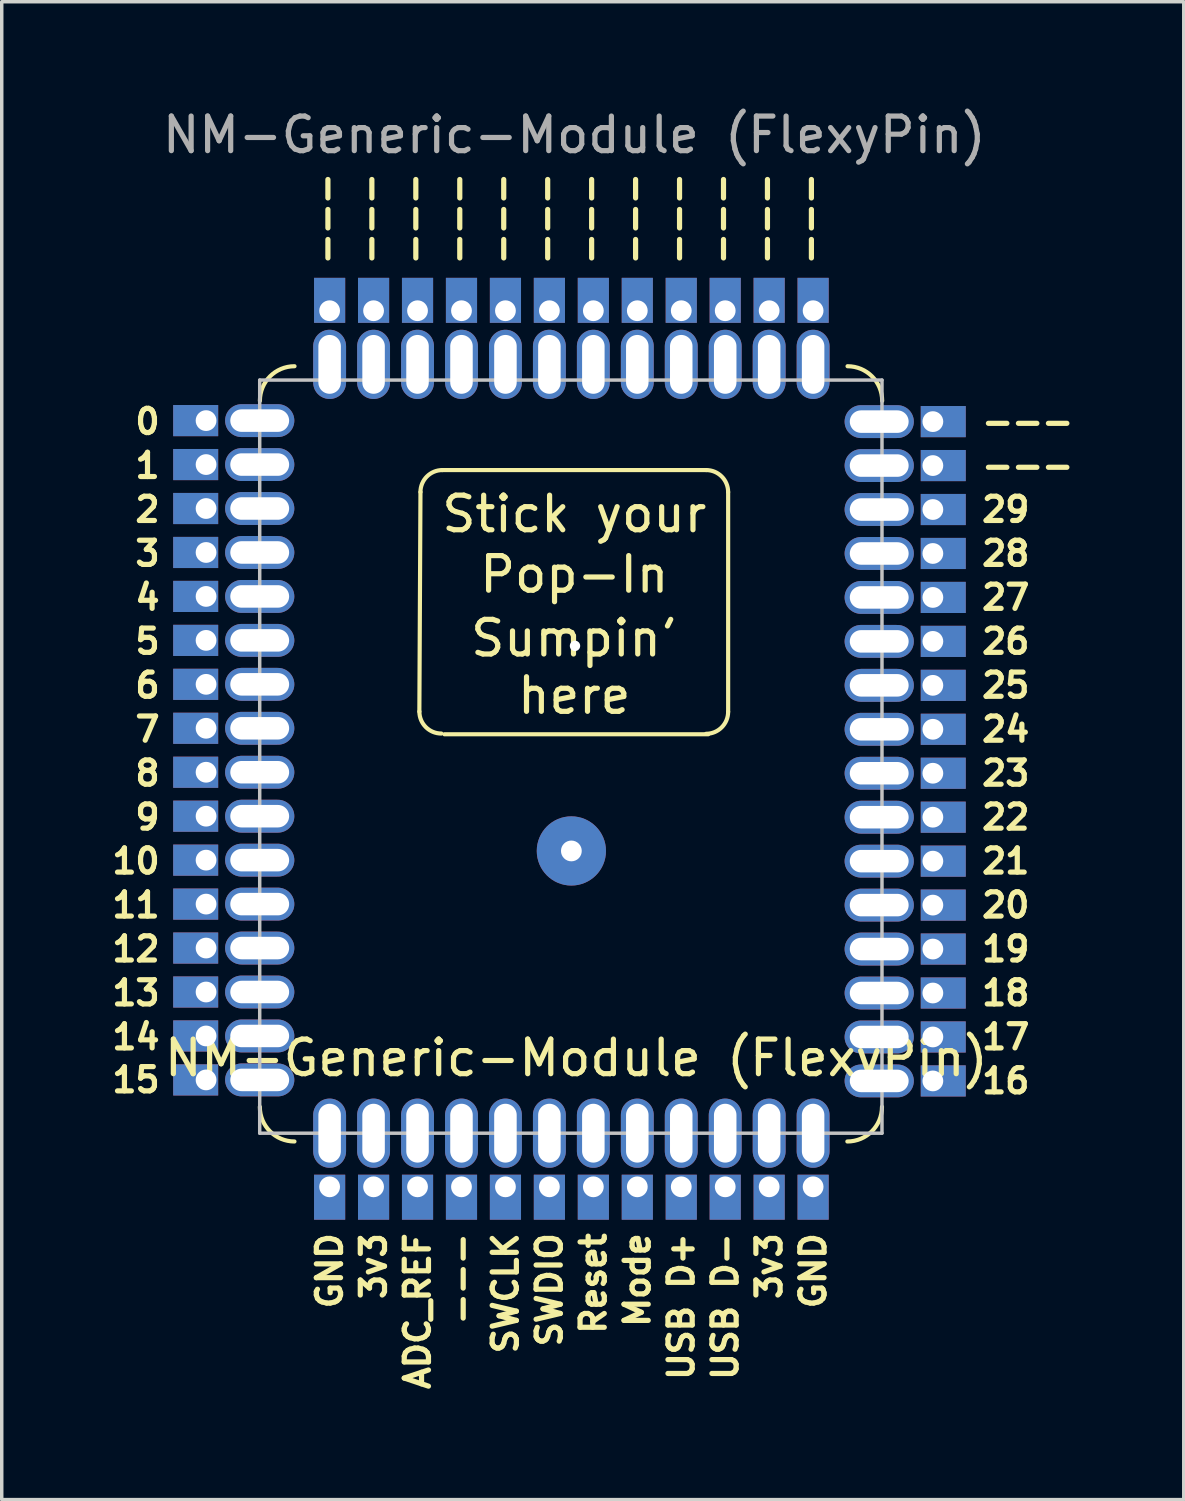
<source format=kicad_pcb>
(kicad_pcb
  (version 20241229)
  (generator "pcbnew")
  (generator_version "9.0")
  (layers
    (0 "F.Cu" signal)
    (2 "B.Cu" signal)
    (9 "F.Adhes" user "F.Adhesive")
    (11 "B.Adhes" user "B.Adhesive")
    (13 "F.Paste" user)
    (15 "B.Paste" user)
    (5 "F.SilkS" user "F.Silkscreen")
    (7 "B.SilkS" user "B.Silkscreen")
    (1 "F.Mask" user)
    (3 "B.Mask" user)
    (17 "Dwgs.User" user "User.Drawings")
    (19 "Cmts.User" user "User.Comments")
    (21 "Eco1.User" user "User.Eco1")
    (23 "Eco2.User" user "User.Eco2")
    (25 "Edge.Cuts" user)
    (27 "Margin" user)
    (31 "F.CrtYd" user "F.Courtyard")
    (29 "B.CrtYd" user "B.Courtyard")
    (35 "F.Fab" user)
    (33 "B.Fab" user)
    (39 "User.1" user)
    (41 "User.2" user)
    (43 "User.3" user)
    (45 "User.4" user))
  (footprint "NM-Generic-Module (FlexyPin)"
    (layer "F.Cu")
    (at 13.459 19.898)
    (property "Reference" "NM-Generic-Module (FlexyPin)" (at 0.143 7.62 0) (unlocked yes) (layer "F.SilkS") (effects (font (size 1 1) (thickness 0.15))))
    (fp_line (start -4.36 -8.731) (end -4.392 -2.388) (stroke (width 0.12) (type solid)) (layer "F.SilkS"))
    (fp_line (start -3.725 -9.366) (end 3.895 -9.366) (stroke (width 0.12) (type solid)) (layer "F.SilkS"))
    (fp_line (start 3.953 -1.732) (end -3.667 -1.732) (stroke (width 0.12) (type solid)) (layer "F.SilkS"))
    (fp_line (start 4.53 -8.731) (end 4.53 -2.381) (stroke (width 0.12) (type solid)) (layer "F.SilkS"))
    (fp_arc (start -8.999533 -11.366236) (mid -8.70664 -12.073343) (end -7.999533 -12.366236) (stroke (width 0.12) (type solid)) (layer "F.SilkS"))
    (fp_arc (start -8.001016 10.033764) (mid -8.708123 9.740871) (end -9.001016 9.033764) (stroke (width 0.12) (type solid)) (layer "F.SilkS"))
    (fp_arc (start -4.360378 -8.730955) (mid -4.174391 -9.179968) (end -3.725378 -9.365955) (stroke (width 0.12) (type solid)) (layer "F.SilkS"))
    (fp_arc (start -3.756536 -1.753134) (mid -4.205549 -1.939121) (end -4.391536 -2.388134) (stroke (width 0.12) (type solid)) (layer "F.SilkS"))
    (fp_arc (start 3.894622 -9.365954) (mid 4.343644 -9.179975) (end 4.529622 -8.730954) (stroke (width 0.12) (type solid)) (layer "F.SilkS"))
    (fp_arc (start 4.529622 -2.380951) (mid 4.343632 -1.931943) (end 3.894622 -1.745951) (stroke (width 0.12) (type solid)) (layer "F.SilkS"))
    (fp_arc (start 7.980013 -12.366236) (mid 8.687103 -12.073342) (end 8.980013 -11.366236) (stroke (width 0.12) (type solid)) (layer "F.SilkS"))
    (fp_arc (start 8.974622 9.033764) (mid 8.681722 9.740862) (end 7.974622 10.033764) (stroke (width 0.12) (type solid)) (layer "F.SilkS"))
    (fp_line (start -9.005 -11.966) (end 8.975 -11.966) (stroke (width 0.1) (type solid)) (layer "Dwgs.User"))
    (fp_line (start -9.005 9.794) (end -9.005 -11.966) (stroke (width 0.1) (type solid)) (layer "Dwgs.User"))
    (fp_line (start 8.975 -11.966) (end 8.975 9.794) (stroke (width 0.1) (type solid)) (layer "Dwgs.User"))
    (fp_line (start 8.975 9.794) (end -9.005 9.794) (stroke (width 0.1) (type solid)) (layer "Dwgs.User"))
    (fp_text user "Pop-In" (at 0.085 -6.35 0) (unlocked yes) (layer "F.SilkS") (effects (font (size 1 1) (thickness 0.15))))
    (fp_text user "18" (at 11.785 5.744 0) (unlocked yes) (layer "F.SilkS") (effects (font (size 0.7 0.7) (thickness 0.15)) (justify left)))
    (fp_text user "Mode" (at 1.905 12.604 90) (unlocked yes) (layer "F.SilkS") (effects (font (size 0.7 0.7) (thickness 0.15)) (justify right)))
    (fp_text user "Stick your" (at 0.085 -8.096 0) (unlocked yes) (layer "F.SilkS") (effects (font (size 1 1) (thickness 0.15))))
    (fp_text user "15" (at -11.815 8.255 0) (unlocked yes) (layer "F.SilkS") (effects (font (size 0.7 0.7) (thickness 0.15)) (justify right)))
    (fp_text user "9" (at -11.815 0.664 0) (unlocked yes) (layer "F.SilkS") (effects (font (size 0.7 0.7) (thickness 0.15)) (justify right)))
    (fp_text user "27" (at 11.785 -5.686 0) (unlocked yes) (layer "F.SilkS") (effects (font (size 0.7 0.7) (thickness 0.15)) (justify left)))
    (fp_text user "28" (at 11.785 -6.956 0) (unlocked yes) (layer "F.SilkS") (effects (font (size 0.7 0.7) (thickness 0.15)) (justify left)))
    (fp_text user "29" (at 11.785 -8.226 0) (unlocked yes) (layer "F.SilkS") (effects (font (size 0.7 0.7) (thickness 0.15)) (justify left)))
    (fp_text user "24" (at 11.785 -1.876 0) (unlocked yes) (layer "F.SilkS") (effects (font (size 0.7 0.7) (thickness 0.15)) (justify left)))
    (fp_text user "19" (at 11.785 4.474 0) (unlocked yes) (layer "F.SilkS") (effects (font (size 0.7 0.7) (thickness 0.15)) (justify left)))
    (fp_text user "---" (at 4.445 -15.23 270) (unlocked yes) (layer "F.SilkS") (effects (font (size 0.7 0.7) (thickness 0.15)) (justify right)))
    (fp_text user "---" (at -4.445 -15.23 270) (unlocked yes) (layer "F.SilkS") (effects (font (size 0.7 0.7) (thickness 0.15)) (justify right)))
    (fp_text user "USB D+" (at 3.175 12.604 90) (unlocked yes) (layer "F.SilkS") (effects (font (size 0.7 0.7) (thickness 0.15)) (justify right)))
    (fp_text user "21" (at 11.785 1.934 0) (unlocked yes) (layer "F.SilkS") (effects (font (size 0.7 0.7) (thickness 0.15)) (justify left)))
    (fp_text user "---" (at -1.905 -15.23 270) (unlocked yes) (layer "F.SilkS") (effects (font (size 0.7 0.7) (thickness 0.15)) (justify right)))
    (fp_text user "12" (at -11.815 4.474 0) (unlocked yes) (layer "F.SilkS") (effects (font (size 0.7 0.7) (thickness 0.15)) (justify right)))
    (fp_text user "11" (at -11.815 3.204 0) (unlocked yes) (layer "F.SilkS") (effects (font (size 0.7 0.7) (thickness 0.15)) (justify right)))
    (fp_text user "4" (at -11.815 -5.686 0) (unlocked yes) (layer "F.SilkS") (effects (font (size 0.7 0.7) (thickness 0.15)) (justify right)))
    (fp_text user "GND" (at 6.985 12.604 90) (unlocked yes) (layer "F.SilkS") (effects (font (size 0.7 0.7) (thickness 0.15)) (justify right)))
    (fp_text user "8" (at -11.815 -0.606 0) (unlocked yes) (layer "F.SilkS") (effects (font (size 0.7 0.7) (thickness 0.15)) (justify right)))
    (fp_text user "25" (at 11.785 -3.146 0) (unlocked yes) (layer "F.SilkS") (effects (font (size 0.7 0.7) (thickness 0.15)) (justify left)))
    (fp_text user "26" (at 11.785 -4.416 0) (unlocked yes) (layer "F.SilkS") (effects (font (size 0.7 0.7) (thickness 0.15)) (justify left)))
    (fp_text user "Reset" (at 0.635 12.604 90) (unlocked yes) (layer "F.SilkS") (effects (font (size 0.7 0.7) (thickness 0.15)) (justify right)))
    (fp_text user "Sumpin'" (at 0.085 -4.507 0) (unlocked yes) (layer "F.SilkS") (effects (font (size 1 1) (thickness 0.15))))
    (fp_text user "3v3" (at -5.715 12.604 90) (unlocked yes) (layer "F.SilkS") (effects (font (size 0.7 0.7) (thickness 0.15)) (justify right)))
    (fp_text user "17" (at 11.785 7.014 0) (unlocked yes) (layer "F.SilkS") (effects (font (size 0.7 0.7) (thickness 0.15)) (justify left)))
    (fp_text user "---" (at -3.175 12.604 90) (unlocked yes) (layer "F.SilkS") (effects (font (size 0.7 0.7) (thickness 0.15)) (justify right)))
    (fp_text user "6" (at -11.815 -3.146 0) (unlocked yes) (layer "F.SilkS") (effects (font (size 0.7 0.7) (thickness 0.15)) (justify right)))
    (fp_text user "---" (at 3.175 -15.23 270) (unlocked yes) (layer "F.SilkS") (effects (font (size 0.7 0.7) (thickness 0.15)) (justify right)))
    (fp_text user "ADC_REF" (at -4.445 12.604 90) (unlocked yes) (layer "F.SilkS") (effects (font (size 0.7 0.7) (thickness 0.15)) (justify right)))
    (fp_text user "---" (at 5.715 -15.23 270) (unlocked yes) (layer "F.SilkS") (effects (font (size 0.7 0.7) (thickness 0.15)) (justify right)))
    (fp_text user "22" (at 11.785 0.664 0) (unlocked yes) (layer "F.SilkS") (effects (font (size 0.7 0.7) (thickness 0.15)) (justify left)))
    (fp_text user "---" (at 11.785 -10.766 0) (unlocked yes) (layer "F.SilkS") (effects (font (size 0.7 0.7) (thickness 0.15)) (justify left)))
    (fp_text user "1" (at -11.815 -9.496 0) (unlocked yes) (layer "F.SilkS") (effects (font (size 0.7 0.7) (thickness 0.15)) (justify right)))
    (fp_text user "23" (at 11.785 -0.606 0) (unlocked yes) (layer "F.SilkS") (effects (font (size 0.7 0.7) (thickness 0.15)) (justify left)))
    (fp_text user "GND" (at -6.985 12.604 90) (unlocked yes) (layer "F.SilkS") (effects (font (size 0.7 0.7) (thickness 0.15)) (justify right)))
    (fp_text user "0" (at -11.815 -10.766 0) (unlocked yes) (layer "F.SilkS") (effects (font (size 0.7 0.7) (thickness 0.15)) (justify right)))
    (fp_text user "---" (at -3.175 -15.23 270) (unlocked yes) (layer "F.SilkS") (effects (font (size 0.7 0.7) (thickness 0.15)) (justify right)))
    (fp_text user "---" (at 6.985 -15.23 270) (unlocked yes) (layer "F.SilkS") (effects (font (size 0.7 0.7) (thickness 0.15)) (justify right)))
    (fp_text user "USB D-" (at 4.445 12.604 90) (unlocked yes) (layer "F.SilkS") (effects (font (size 0.7 0.7) (thickness 0.15)) (justify right)))
    (fp_text user "16" (at 11.785 8.284 0) (unlocked yes) (layer "F.SilkS") (effects (font (size 0.7 0.7) (thickness 0.15)) (justify left)))
    (fp_text user "7" (at -11.815 -1.876 0) (unlocked yes) (layer "F.SilkS") (effects (font (size 0.7 0.7) (thickness 0.15)) (justify right)))
    (fp_text user "---" (at -6.985 -15.23 270) (unlocked yes) (layer "F.SilkS") (effects (font (size 0.7 0.7) (thickness 0.15)) (justify right)))
    (fp_text user "20" (at 11.785 3.204 0) (unlocked yes) (layer "F.SilkS") (effects (font (size 0.7 0.7) (thickness 0.15)) (justify left)))
    (fp_text user "---" (at 1.905 -15.23 270) (unlocked yes) (layer "F.SilkS") (effects (font (size 0.7 0.7) (thickness 0.15)) (justify right)))
    (fp_text user "here" (at 0.085 -2.85 0) (unlocked yes) (layer "F.SilkS") (effects (font (size 1 1) (thickness 0.15))))
    (fp_text user "---" (at 0.635 -15.23 270) (unlocked yes) (layer "F.SilkS") (effects (font (size 0.7 0.7) (thickness 0.15)) (justify right)))
    (fp_text user "SWDIO" (at -0.635 12.604 90) (unlocked yes) (layer "F.SilkS") (effects (font (size 0.7 0.7) (thickness 0.15)) (justify right)))
    (fp_text user "---" (at -5.715 -15.23 270) (unlocked yes) (layer "F.SilkS") (effects (font (size 0.7 0.7) (thickness 0.15)) (justify right)))
    (fp_text user "2" (at -11.815 -8.226 0) (unlocked yes) (layer "F.SilkS") (effects (font (size 0.7 0.7) (thickness 0.15)) (justify right)))
    (fp_text user "14" (at -11.815 7.014 0) (unlocked yes) (layer "F.SilkS") (effects (font (size 0.7 0.7) (thickness 0.15)) (justify right)))
    (fp_text user "13" (at -11.815 5.744 0) (unlocked yes) (layer "F.SilkS") (effects (font (size 0.7 0.7) (thickness 0.15)) (justify right)))
    (fp_text user "3v3" (at 5.715 12.604 90) (unlocked yes) (layer "F.SilkS") (effects (font (size 0.7 0.7) (thickness 0.15)) (justify right)))
    (fp_text user "---" (at -0.635 -15.23 270) (unlocked yes) (layer "F.SilkS") (effects (font (size 0.7 0.7) (thickness 0.15)) (justify right)))
    (fp_text user "3" (at -11.815 -6.956 0) (unlocked yes) (layer "F.SilkS") (effects (font (size 0.7 0.7) (thickness 0.15)) (justify right)))
    (fp_text user "---" (at 11.785 -9.496 0) (unlocked yes) (layer "F.SilkS") (effects (font (size 0.7 0.7) (thickness 0.15)) (justify left)))
    (fp_text user "5" (at -11.815 -4.416 0) (unlocked yes) (layer "F.SilkS") (effects (font (size 0.7 0.7) (thickness 0.15)) (justify right)))
    (fp_text user "10" (at -11.815 1.934 0) (unlocked yes) (layer "F.SilkS") (effects (font (size 0.7 0.7) (thickness 0.15)) (justify right)))
    (fp_text user "SWCLK" (at -1.905 12.604 90) (unlocked yes) (layer "F.SilkS") (effects (font (size 0.7 0.7) (thickness 0.15)) (justify right)))
    (fp_text user "${REFERENCE}" (at 0.085 -19.05 0) (unlocked yes) (layer "F.Fab") (effects (font (size 1 1) (thickness 0.15))))
    (pad "0" thru_hole circle (at 0 1.639 90) (size 2 2) (drill 0.6) (layers "*.Cu" "*.Mask"))
    (pad "1" thru_hole rect (at -10.555 -10.795) (size 1.3 0.9) (drill 0.6 (offset -0.3 0)) (layers "*.Cu" "*.Mask"))
    (pad "1" thru_hole oval (at -9.005 -10.795) (size 2 0.95) (drill oval 1.7 0.65) (layers "*.Cu" "*.Mask"))
    (pad "2" thru_hole rect (at -10.555 -9.525) (size 1.3 0.9) (drill 0.6 (offset -0.3 0)) (layers "*.Cu" "*.Mask"))
    (pad "2" thru_hole oval (at -9.005 -9.525) (size 2 0.95) (drill oval 1.7 0.65) (layers "*.Cu" "*.Mask"))
    (pad "3" thru_hole rect (at -10.555 -8.255) (size 1.3 0.9) (drill 0.6 (offset -0.3 0)) (layers "*.Cu" "*.Mask"))
    (pad "3" thru_hole oval (at -9.005 -8.255) (size 2 0.95) (drill oval 1.7 0.65) (layers "*.Cu" "*.Mask"))
    (pad "4" thru_hole rect (at -10.555 -6.985) (size 1.3 0.9) (drill 0.6 (offset -0.3 0)) (layers "*.Cu" "*.Mask"))
    (pad "4" thru_hole oval (at -9.005 -6.985) (size 2 0.95) (drill oval 1.7 0.65) (layers "*.Cu" "*.Mask"))
    (pad "5" thru_hole rect (at -10.555 -5.715) (size 1.3 0.9) (drill 0.6 (offset -0.3 0)) (layers "*.Cu" "*.Mask"))
    (pad "5" thru_hole oval (at -9.005 -5.715) (size 2 0.95) (drill oval 1.7 0.65) (layers "*.Cu" "*.Mask"))
    (pad "6" thru_hole rect (at -10.555 -4.445) (size 1.3 0.9) (drill 0.6 (offset -0.3 0)) (layers "*.Cu" "*.Mask"))
    (pad "6" thru_hole oval (at -9.005 -4.445) (size 2 0.95) (drill oval 1.7 0.65) (layers "*.Cu" "*.Mask"))
    (pad "7" thru_hole rect (at -10.555 -3.175) (size 1.3 0.9) (drill 0.6 (offset -0.3 0)) (layers "*.Cu" "*.Mask"))
    (pad "7" thru_hole oval (at -9.005 -3.175) (size 2 0.95) (drill oval 1.7 0.65) (layers "*.Cu" "*.Mask"))
    (pad "8" thru_hole rect (at -10.555 -1.905) (size 1.3 0.9) (drill 0.6 (offset -0.3 0)) (layers "*.Cu" "*.Mask"))
    (pad "8" thru_hole oval (at -9.005 -1.905) (size 2 0.95) (drill oval 1.7 0.65) (layers "*.Cu" "*.Mask"))
    (pad "9" thru_hole rect (at -10.555 -0.635) (size 1.3 0.9) (drill 0.6 (offset -0.3 0)) (layers "*.Cu" "*.Mask"))
    (pad "9" thru_hole oval (at -9.005 -0.635) (size 2 0.95) (drill oval 1.7 0.65) (layers "*.Cu" "*.Mask"))
    (pad "10" thru_hole rect (at -10.555 0.635) (size 1.3 0.9) (drill 0.6 (offset -0.3 0)) (layers "*.Cu" "*.Mask"))
    (pad "10" thru_hole oval (at -9.005 0.635) (size 2 0.95) (drill oval 1.7 0.65) (layers "*.Cu" "*.Mask"))
    (pad "11" thru_hole rect (at -10.555 1.905) (size 1.3 0.9) (drill 0.6 (offset -0.3 0)) (layers "*.Cu" "*.Mask"))
    (pad "11" thru_hole oval (at -9.005 1.905) (size 2 0.95) (drill oval 1.7 0.65) (layers "*.Cu" "*.Mask"))
    (pad "12" thru_hole rect (at -10.555 3.175) (size 1.3 0.9) (drill 0.6 (offset -0.3 0)) (layers "*.Cu" "*.Mask"))
    (pad "12" thru_hole oval (at -9.005 3.175) (size 2 0.95) (drill oval 1.7 0.65) (layers "*.Cu" "*.Mask"))
    (pad "13" thru_hole rect (at -10.555 4.445) (size 1.3 0.9) (drill 0.6 (offset -0.3 0)) (layers "*.Cu" "*.Mask"))
    (pad "13" thru_hole oval (at -9.005 4.445) (size 2 0.95) (drill oval 1.7 0.65) (layers "*.Cu" "*.Mask"))
    (pad "14" thru_hole rect (at -10.555 5.715) (size 1.3 0.9) (drill 0.6 (offset -0.3 0)) (layers "*.Cu" "*.Mask"))
    (pad "14" thru_hole oval (at -9.005 5.715) (size 2 0.95) (drill oval 1.7 0.65) (layers "*.Cu" "*.Mask"))
    (pad "15" thru_hole rect (at -10.555 6.985) (size 1.3 0.9) (drill 0.6 (offset -0.3 0)) (layers "*.Cu" "*.Mask"))
    (pad "15" thru_hole oval (at -9.005 6.985) (size 2 0.95) (drill oval 1.7 0.65) (layers "*.Cu" "*.Mask"))
    (pad "16" thru_hole rect (at -10.555 8.255) (size 1.3 0.9) (drill 0.6 (offset -0.3 0)) (layers "*.Cu" "*.Mask"))
    (pad "16" thru_hole oval (at -9.005 8.255) (size 2 0.95) (drill oval 1.7 0.65) (layers "*.Cu" "*.Mask"))
    (pad "17" thru_hole oval (at -6.985 9.794 90) (size 2 0.95) (drill oval 1.7 0.65) (layers "*.Cu" "*.Mask"))
    (pad "17" thru_hole rect (at -6.985 11.344 90) (size 1.3 0.9) (drill 0.6 (offset -0.3 0)) (layers "*.Cu" "*.Mask"))
    (pad "18" thru_hole oval (at -5.715 9.794 90) (size 2 0.95) (drill oval 1.7 0.65) (layers "*.Cu" "*.Mask"))
    (pad "18" thru_hole rect (at -5.715 11.344 90) (size 1.3 0.9) (drill 0.6 (offset -0.3 0)) (layers "*.Cu" "*.Mask"))
    (pad "19" thru_hole oval (at -4.445 9.794 90) (size 2 0.95) (drill oval 1.7 0.65) (layers "*.Cu" "*.Mask"))
    (pad "19" thru_hole rect (at -4.445 11.344 90) (size 1.3 0.9) (drill 0.6 (offset -0.3 0)) (layers "*.Cu" "*.Mask"))
    (pad "20" thru_hole oval (at -3.175 9.794 90) (size 2 0.95) (drill oval 1.7 0.65) (layers "*.Cu" "*.Mask"))
    (pad "20" thru_hole rect (at -3.175 11.344 90) (size 1.3 0.9) (drill 0.6 (offset -0.3 0)) (layers "*.Cu" "*.Mask"))
    (pad "21" thru_hole oval (at -1.905 9.794 90) (size 2 0.95) (drill oval 1.7 0.65) (layers "*.Cu" "*.Mask"))
    (pad "21" thru_hole rect (at -1.905 11.344 90) (size 1.3 0.9) (drill 0.6 (offset -0.3 0)) (layers "*.Cu" "*.Mask"))
    (pad "22" thru_hole oval (at -0.635 9.794 90) (size 2 0.95) (drill oval 1.7 0.65) (layers "*.Cu" "*.Mask"))
    (pad "22" thru_hole rect (at -0.635 11.344 90) (size 1.3 0.9) (drill 0.6 (offset -0.3 0)) (layers "*.Cu" "*.Mask"))
    (pad "23" thru_hole oval (at 0.635 9.794 90) (size 2 0.95) (drill oval 1.7 0.65) (layers "*.Cu" "*.Mask"))
    (pad "23" thru_hole rect (at 0.635 11.344 90) (size 1.3 0.9) (drill 0.6 (offset -0.3 0)) (layers "*.Cu" "*.Mask"))
    (pad "24" thru_hole oval (at 1.905 9.794 90) (size 2 0.95) (drill oval 1.7 0.65) (layers "*.Cu" "*.Mask"))
    (pad "24" thru_hole rect (at 1.905 11.344 90) (size 1.3 0.9) (drill 0.6 (offset -0.3 0)) (layers "*.Cu" "*.Mask"))
    (pad "25" thru_hole oval (at 3.175 9.794 90) (size 2 0.95) (drill oval 1.7 0.65) (layers "*.Cu" "*.Mask"))
    (pad "25" thru_hole rect (at 3.175 11.344 90) (size 1.3 0.9) (drill 0.6 (offset -0.3 0)) (layers "*.Cu" "*.Mask"))
    (pad "26" thru_hole oval (at 4.445 9.794 90) (size 2 0.95) (drill oval 1.7 0.65) (layers "*.Cu" "*.Mask"))
    (pad "26" thru_hole rect (at 4.445 11.344 90) (size 1.3 0.9) (drill 0.6 (offset -0.3 0)) (layers "*.Cu" "*.Mask"))
    (pad "27" thru_hole oval (at 5.715 9.794 90) (size 2 0.95) (drill oval 1.7 0.65) (layers "*.Cu" "*.Mask"))
    (pad "27" thru_hole rect (at 5.715 11.344 90) (size 1.3 0.9) (drill 0.6 (offset -0.3 0)) (layers "*.Cu" "*.Mask"))
    (pad "28" thru_hole oval (at 6.985 9.794 90) (size 2 0.95) (drill oval 1.7 0.65) (layers "*.Cu" "*.Mask"))
    (pad "28" thru_hole rect (at 6.985 11.344 90) (size 1.3 0.9) (drill 0.6 (offset -0.3 0)) (layers "*.Cu" "*.Mask"))
    (pad "29" thru_hole oval (at 8.895 8.284) (size 2 0.95) (drill oval 1.7 0.65) (layers "*.Cu" "*.Mask"))
    (pad "29" thru_hole rect (at 10.445 8.284) (size 1.3 0.9) (drill 0.6 (offset 0.3 0)) (layers "*.Cu" "*.Mask"))
    (pad "30" thru_hole oval (at 8.895 7.014) (size 2 0.95) (drill oval 1.7 0.65) (layers "*.Cu" "*.Mask"))
    (pad "30" thru_hole rect (at 10.445 7.014) (size 1.3 0.9) (drill 0.6 (offset 0.3 0)) (layers "*.Cu" "*.Mask"))
    (pad "31" thru_hole oval (at 8.895 5.744) (size 2 0.95) (drill oval 1.7 0.65) (layers "*.Cu" "*.Mask"))
    (pad "31" thru_hole rect (at 10.445 5.744) (size 1.3 0.9) (drill 0.6 (offset 0.3 0)) (layers "*.Cu" "*.Mask"))
    (pad "32" thru_hole oval (at 8.895 4.474) (size 2 0.95) (drill oval 1.7 0.65) (layers "*.Cu" "*.Mask"))
    (pad "32" thru_hole rect (at 10.445 4.474) (size 1.3 0.9) (drill 0.6 (offset 0.3 0)) (layers "*.Cu" "*.Mask"))
    (pad "33" thru_hole oval (at 8.895 3.204) (size 2 0.95) (drill oval 1.7 0.65) (layers "*.Cu" "*.Mask"))
    (pad "33" thru_hole rect (at 10.445 3.204) (size 1.3 0.9) (drill 0.6 (offset 0.3 0)) (layers "*.Cu" "*.Mask"))
    (pad "34" thru_hole oval (at 8.895 1.934) (size 2 0.95) (drill oval 1.7 0.65) (layers "*.Cu" "*.Mask"))
    (pad "34" thru_hole rect (at 10.445 1.934) (size 1.3 0.9) (drill 0.6 (offset 0.3 0)) (layers "*.Cu" "*.Mask"))
    (pad "35" thru_hole oval (at 8.895 0.664) (size 2 0.95) (drill oval 1.7 0.65) (layers "*.Cu" "*.Mask"))
    (pad "35" thru_hole rect (at 10.445 0.664) (size 1.3 0.9) (drill 0.6 (offset 0.3 0)) (layers "*.Cu" "*.Mask"))
    (pad "36" thru_hole oval (at 8.895 -0.606) (size 2 0.95) (drill oval 1.7 0.65) (layers "*.Cu" "*.Mask"))
    (pad "36" thru_hole rect (at 10.445 -0.606) (size 1.3 0.9) (drill 0.6 (offset 0.3 0)) (layers "*.Cu" "*.Mask"))
    (pad "37" thru_hole oval (at 8.895 -1.876) (size 2 0.95) (drill oval 1.7 0.65) (layers "*.Cu" "*.Mask"))
    (pad "37" thru_hole rect (at 10.445 -1.876) (size 1.3 0.9) (drill 0.6 (offset 0.3 0)) (layers "*.Cu" "*.Mask"))
    (pad "38" thru_hole oval (at 8.895 -3.146) (size 2 0.95) (drill oval 1.7 0.65) (layers "*.Cu" "*.Mask"))
    (pad "38" thru_hole rect (at 10.445 -3.146) (size 1.3 0.9) (drill 0.6 (offset 0.3 0)) (layers "*.Cu" "*.Mask"))
    (pad "39" thru_hole circle (at 0.105 -4.286) (size 0.4 0.4) (drill 0.3) (layers "*.Cu") (remove_unused_layers yes) (zone_layer_connections))
    (pad "39" thru_hole oval (at 8.895 -4.416) (size 2 0.95) (drill oval 1.7 0.65) (layers "*.Cu" "*.Mask"))
    (pad "39" thru_hole rect (at 10.445 -4.416) (size 1.3 0.9) (drill 0.6 (offset 0.3 0)) (layers "*.Cu" "*.Mask"))
    (pad "40" thru_hole oval (at 8.895 -5.686) (size 2 0.95) (drill oval 1.7 0.65) (layers "*.Cu" "*.Mask"))
    (pad "40" thru_hole rect (at 10.445 -5.686) (size 1.3 0.9) (drill 0.6 (offset 0.3 0)) (layers "*.Cu" "*.Mask"))
    (pad "41" thru_hole oval (at 8.895 -6.956) (size 2 0.95) (drill oval 1.7 0.65) (layers "*.Cu" "*.Mask"))
    (pad "41" thru_hole rect (at 10.445 -6.956) (size 1.3 0.9) (drill 0.6 (offset 0.3 0)) (layers "*.Cu" "*.Mask"))
    (pad "42" thru_hole oval (at 8.895 -8.226) (size 2 0.95) (drill oval 1.7 0.65) (layers "*.Cu" "*.Mask"))
    (pad "42" thru_hole rect (at 10.445 -8.226) (size 1.3 0.9) (drill 0.6 (offset 0.3 0)) (layers "*.Cu" "*.Mask"))
    (pad "43" thru_hole oval (at 8.895 -9.496) (size 2 0.95) (drill oval 1.7 0.65) (layers "*.Cu" "*.Mask"))
    (pad "43" thru_hole rect (at 10.445 -9.496) (size 1.3 0.9) (drill 0.6 (offset 0.3 0)) (layers "*.Cu" "*.Mask"))
    (pad "44" thru_hole oval (at 8.895 -10.766) (size 2 0.95) (drill oval 1.7 0.65) (layers "*.Cu" "*.Mask"))
    (pad "44" thru_hole rect (at 10.445 -10.766) (size 1.3 0.9) (drill 0.6 (offset 0.3 0)) (layers "*.Cu" "*.Mask"))
    (pad "45" thru_hole rect (at 6.985 -13.97 270) (size 1.3 0.9) (drill 0.6 (offset -0.3 0)) (layers "*.Cu" "*.Mask"))
    (pad "45" thru_hole oval (at 6.985 -12.42 270) (size 2 0.95) (drill oval 1.7 0.65) (layers "*.Cu" "*.Mask"))
    (pad "46" thru_hole rect (at 5.715 -13.97 270) (size 1.3 0.9) (drill 0.6 (offset -0.3 0)) (layers "*.Cu" "*.Mask"))
    (pad "46" thru_hole oval (at 5.715 -12.42 270) (size 2 0.95) (drill oval 1.7 0.65) (layers "*.Cu" "*.Mask"))
    (pad "47" thru_hole rect (at 4.445 -13.97 270) (size 1.3 0.9) (drill 0.6 (offset -0.3 0)) (layers "*.Cu" "*.Mask"))
    (pad "47" thru_hole oval (at 4.445 -12.42 270) (size 2 0.95) (drill oval 1.7 0.65) (layers "*.Cu" "*.Mask"))
    (pad "48" thru_hole rect (at 3.175 -13.97 270) (size 1.3 0.9) (drill 0.6 (offset -0.3 0)) (layers "*.Cu" "*.Mask"))
    (pad "48" thru_hole oval (at 3.175 -12.42 270) (size 2 0.95) (drill oval 1.7 0.65) (layers "*.Cu" "*.Mask"))
    (pad "49" thru_hole rect (at 1.905 -13.97 270) (size 1.3 0.9) (drill 0.6 (offset -0.3 0)) (layers "*.Cu" "*.Mask"))
    (pad "49" thru_hole oval (at 1.905 -12.42 270) (size 2 0.95) (drill oval 1.7 0.65) (layers "*.Cu" "*.Mask"))
    (pad "50" thru_hole rect (at 0.635 -13.97 270) (size 1.3 0.9) (drill 0.6 (offset -0.3 0)) (layers "*.Cu" "*.Mask"))
    (pad "50" thru_hole oval (at 0.635 -12.42 270) (size 2 0.95) (drill oval 1.7 0.65) (layers "*.Cu" "*.Mask"))
    (pad "51" thru_hole rect (at -0.635 -13.97 270) (size 1.3 0.9) (drill 0.6 (offset -0.3 0)) (layers "*.Cu" "*.Mask"))
    (pad "51" thru_hole oval (at -0.635 -12.42 270) (size 2 0.95) (drill oval 1.7 0.65) (layers "*.Cu" "*.Mask"))
    (pad "52" thru_hole rect (at -1.905 -13.97 270) (size 1.3 0.9) (drill 0.6 (offset -0.3 0)) (layers "*.Cu" "*.Mask"))
    (pad "52" thru_hole oval (at -1.905 -12.42 270) (size 2 0.95) (drill oval 1.7 0.65) (layers "*.Cu" "*.Mask"))
    (pad "53" thru_hole rect (at -3.175 -13.97 270) (size 1.3 0.9) (drill 0.6 (offset -0.3 0)) (layers "*.Cu" "*.Mask"))
    (pad "53" thru_hole oval (at -3.175 -12.42 270) (size 2 0.95) (drill oval 1.7 0.65) (layers "*.Cu" "*.Mask"))
    (pad "54" thru_hole rect (at -4.445 -13.97 270) (size 1.3 0.9) (drill 0.6 (offset -0.3 0)) (layers "*.Cu" "*.Mask"))
    (pad "54" thru_hole oval (at -4.445 -12.42 270) (size 2 0.95) (drill oval 1.7 0.65) (layers "*.Cu" "*.Mask"))
    (pad "55" thru_hole rect (at -5.715 -13.97 270) (size 1.3 0.9) (drill 0.6 (offset -0.3 0)) (layers "*.Cu" "*.Mask"))
    (pad "55" thru_hole oval (at -5.715 -12.42 270) (size 2 0.95) (drill oval 1.7 0.65) (layers "*.Cu" "*.Mask"))
    (pad "56" thru_hole rect (at -6.985 -13.97 270) (size 1.3 0.9) (drill 0.6 (offset -0.3 0)) (layers "*.Cu" "*.Mask"))
    (pad "56" thru_hole oval (at -6.985 -12.42 270) (size 2 0.95) (drill oval 1.7 0.65) (layers "*.Cu" "*.Mask")))
  (gr_rect
    (start -3 -3)
    (end 31.153 40.279)
    (stroke (width 0.1) (type default))
    (fill no)
    (layer "Edge.Cuts")))
</source>
